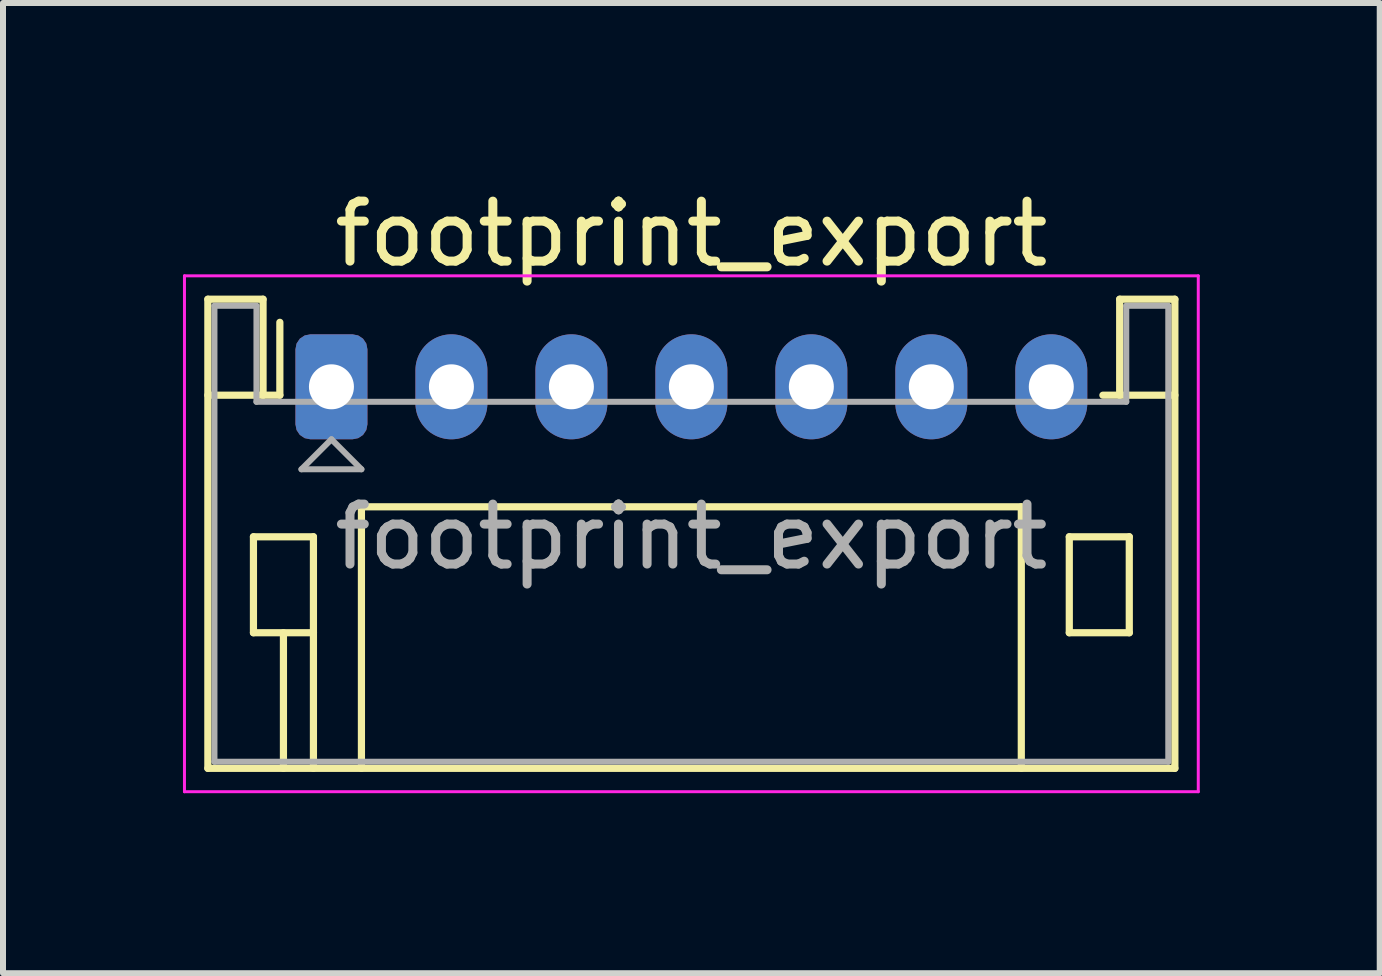
<source format=kicad_pcb>
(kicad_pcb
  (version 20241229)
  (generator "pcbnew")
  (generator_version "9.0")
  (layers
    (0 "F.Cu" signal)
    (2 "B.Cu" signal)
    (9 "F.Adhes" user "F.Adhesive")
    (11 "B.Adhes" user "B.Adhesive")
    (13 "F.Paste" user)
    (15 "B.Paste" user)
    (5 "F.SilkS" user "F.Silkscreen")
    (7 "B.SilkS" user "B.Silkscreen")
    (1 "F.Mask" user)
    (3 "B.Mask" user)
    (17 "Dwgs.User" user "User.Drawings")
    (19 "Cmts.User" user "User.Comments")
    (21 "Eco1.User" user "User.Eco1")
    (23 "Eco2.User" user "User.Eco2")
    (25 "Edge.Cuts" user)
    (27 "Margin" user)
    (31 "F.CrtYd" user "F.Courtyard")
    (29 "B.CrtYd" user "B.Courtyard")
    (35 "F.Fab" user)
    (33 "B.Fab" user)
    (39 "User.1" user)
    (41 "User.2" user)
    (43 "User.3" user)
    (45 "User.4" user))
  (footprint "footprint_export"
    (layer "F.Cu")
    (at 2.475 3.398)
    (property "Reference" "footprint_export" (at 6 -2.55 0) (layer "F.SilkS") (effects (font (size 1 1) (thickness 0.15))))
    (attr through_hole)
    (fp_line (start -2.06 -1.46) (end -2.06 6.36) (stroke (width 0.12) (type solid)) (layer "F.SilkS"))
    (fp_line (start -2.06 0.14) (end -1.14 0.14) (stroke (width 0.12) (type solid)) (layer "F.SilkS"))
    (fp_line (start -2.06 6.36) (end 14.06 6.36) (stroke (width 0.12) (type solid)) (layer "F.SilkS"))
    (fp_line (start -1.3 2.5) (end -1.3 4.1) (stroke (width 0.12) (type solid)) (layer "F.SilkS"))
    (fp_line (start -1.3 4.1) (end -0.3 4.1) (stroke (width 0.12) (type solid)) (layer "F.SilkS"))
    (fp_line (start -1.14 -1.46) (end -2.06 -1.46) (stroke (width 0.12) (type solid)) (layer "F.SilkS"))
    (fp_line (start -1.14 0.14) (end -1.14 -1.46) (stroke (width 0.12) (type solid)) (layer "F.SilkS"))
    (fp_line (start -0.86 0.14) (end -1.14 0.14) (stroke (width 0.12) (type solid)) (layer "F.SilkS"))
    (fp_line (start -0.86 0.14) (end -0.86 -1.075) (stroke (width 0.12) (type solid)) (layer "F.SilkS"))
    (fp_line (start -0.8 4.1) (end -0.8 6.36) (stroke (width 0.12) (type solid)) (layer "F.SilkS"))
    (fp_line (start -0.3 2.5) (end -1.3 2.5) (stroke (width 0.12) (type solid)) (layer "F.SilkS"))
    (fp_line (start -0.3 4.1) (end -0.3 2.5) (stroke (width 0.12) (type solid)) (layer "F.SilkS"))
    (fp_line (start -0.3 4.1) (end -0.3 6.36) (stroke (width 0.12) (type solid)) (layer "F.SilkS"))
    (fp_line (start 0.5 2) (end 11.5 2) (stroke (width 0.12) (type solid)) (layer "F.SilkS"))
    (fp_line (start 0.5 6.36) (end 0.5 2) (stroke (width 0.12) (type solid)) (layer "F.SilkS"))
    (fp_line (start 11.5 2) (end 11.5 6.36) (stroke (width 0.12) (type solid)) (layer "F.SilkS"))
    (fp_line (start 12.3 2.5) (end 13.3 2.5) (stroke (width 0.12) (type solid)) (layer "F.SilkS"))
    (fp_line (start 12.3 4.1) (end 12.3 2.5) (stroke (width 0.12) (type solid)) (layer "F.SilkS"))
    (fp_line (start 13.14 -1.46) (end 13.14 0.14) (stroke (width 0.12) (type solid)) (layer "F.SilkS"))
    (fp_line (start 13.14 0.14) (end 12.86 0.14) (stroke (width 0.12) (type solid)) (layer "F.SilkS"))
    (fp_line (start 13.3 2.5) (end 13.3 4.1) (stroke (width 0.12) (type solid)) (layer "F.SilkS"))
    (fp_line (start 13.3 4.1) (end 12.3 4.1) (stroke (width 0.12) (type solid)) (layer "F.SilkS"))
    (fp_line (start 14.06 -1.46) (end 13.14 -1.46) (stroke (width 0.12) (type solid)) (layer "F.SilkS"))
    (fp_line (start 14.06 0.14) (end 13.14 0.14) (stroke (width 0.12) (type solid)) (layer "F.SilkS"))
    (fp_line (start 14.06 6.36) (end 14.06 -1.46) (stroke (width 0.12) (type solid)) (layer "F.SilkS"))
    (fp_line (start -2.45 -1.85) (end -2.45 6.75) (stroke (width 0.05) (type solid)) (layer "F.CrtYd"))
    (fp_line (start -2.45 6.75) (end 14.45 6.75) (stroke (width 0.05) (type solid)) (layer "F.CrtYd"))
    (fp_line (start 14.45 -1.85) (end -2.45 -1.85) (stroke (width 0.05) (type solid)) (layer "F.CrtYd"))
    (fp_line (start 14.45 6.75) (end 14.45 -1.85) (stroke (width 0.05) (type solid)) (layer "F.CrtYd"))
    (fp_line (start -1.95 -1.35) (end -1.95 6.25) (stroke (width 0.1) (type solid)) (layer "F.Fab"))
    (fp_line (start -1.95 6.25) (end 13.95 6.25) (stroke (width 0.1) (type solid)) (layer "F.Fab"))
    (fp_line (start -1.25 -1.35) (end -1.95 -1.35) (stroke (width 0.1) (type solid)) (layer "F.Fab"))
    (fp_line (start -1.25 0.25) (end -1.25 -1.35) (stroke (width 0.1) (type solid)) (layer "F.Fab"))
    (fp_line (start -0.5 1.375) (end 0.5 1.375) (stroke (width 0.1) (type solid)) (layer "F.Fab"))
    (fp_line (start 0 0.875) (end -0.5 1.375) (stroke (width 0.1) (type solid)) (layer "F.Fab"))
    (fp_line (start 0.5 1.375) (end 0 0.875) (stroke (width 0.1) (type solid)) (layer "F.Fab"))
    (fp_line (start 13.25 -1.35) (end 13.25 0.25) (stroke (width 0.1) (type solid)) (layer "F.Fab"))
    (fp_line (start 13.25 0.25) (end -1.25 0.25) (stroke (width 0.1) (type solid)) (layer "F.Fab"))
    (fp_line (start 13.95 -1.35) (end 13.25 -1.35) (stroke (width 0.1) (type solid)) (layer "F.Fab"))
    (fp_line (start 13.95 6.25) (end 13.95 -1.35) (stroke (width 0.1) (type solid)) (layer "F.Fab"))
    (fp_text user "${REFERENCE}" (at 6 2.5 0) (layer "F.Fab") (effects (font (size 1 1) (thickness 0.15))))
    (pad "1" thru_hole roundrect (at 0 0) (size 1.2 1.75) (drill 0.75) (layers "*.Cu" "*.Mask") (roundrect_rratio 0.208))
    (pad "2" thru_hole oval (at 2 0) (size 1.2 1.75) (drill 0.75) (layers "*.Cu" "*.Mask"))
    (pad "3" thru_hole oval (at 4 0) (size 1.2 1.75) (drill 0.75) (layers "*.Cu" "*.Mask"))
    (pad "4" thru_hole oval (at 6 0) (size 1.2 1.75) (drill 0.75) (layers "*.Cu" "*.Mask"))
    (pad "5" thru_hole oval (at 8 0) (size 1.2 1.75) (drill 0.75) (layers "*.Cu" "*.Mask"))
    (pad "6" thru_hole oval (at 10 0) (size 1.2 1.75) (drill 0.75) (layers "*.Cu" "*.Mask"))
    (pad "7" thru_hole oval (at 12 0) (size 1.2 1.75) (drill 0.75) (layers "*.Cu" "*.Mask")))
  (gr_rect
    (start -3 -3)
    (end 19.95 13.173)
    (stroke (width 0.1) (type default))
    (fill no)
    (layer "Edge.Cuts")))
</source>
